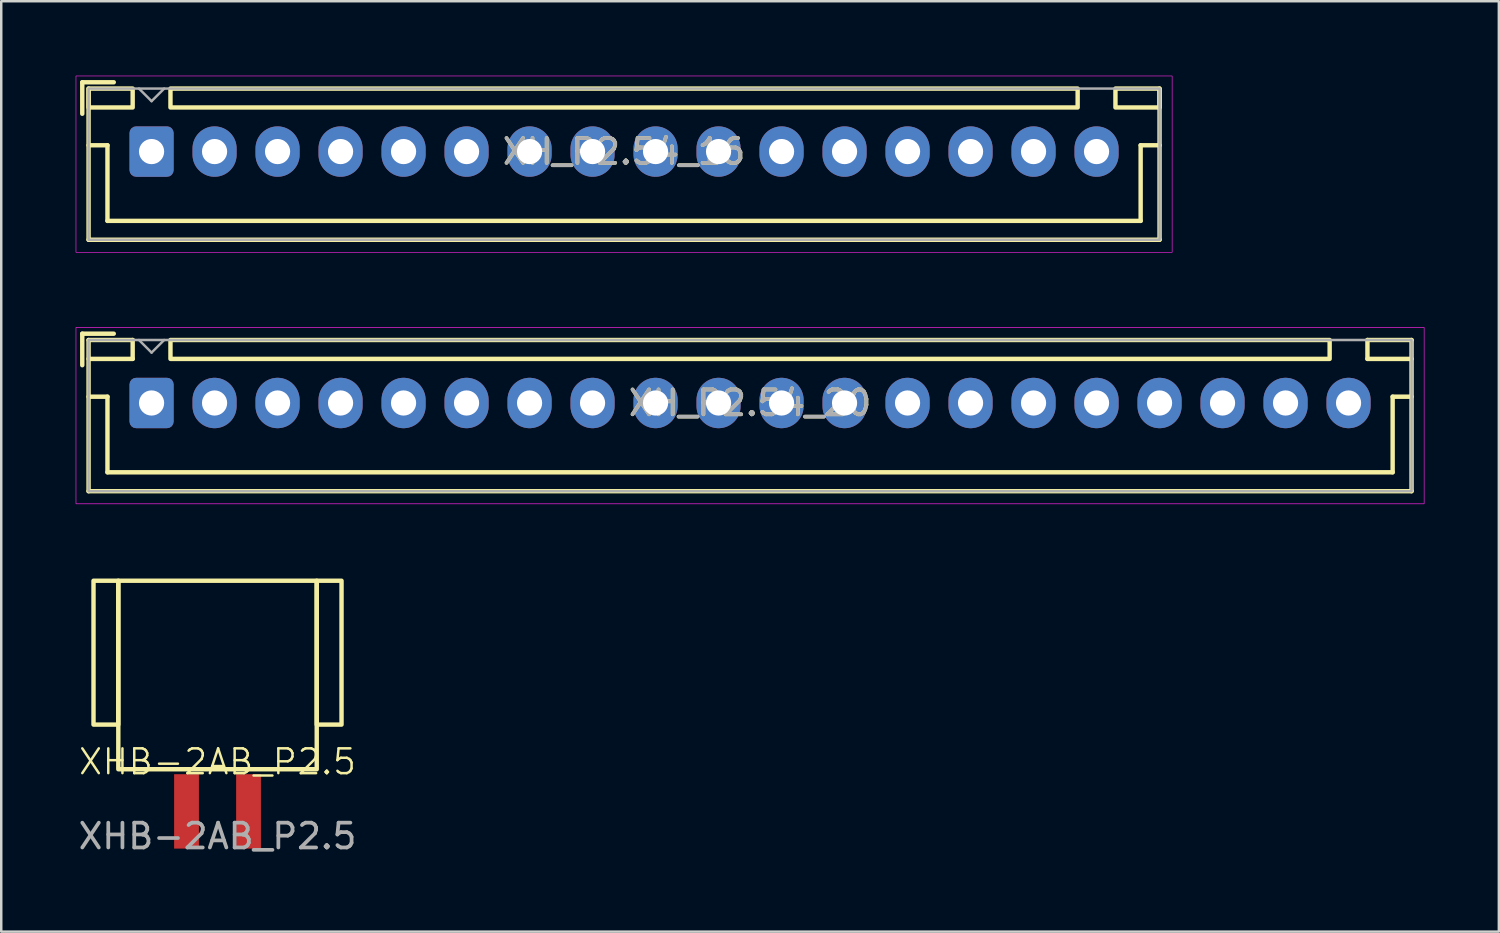
<source format=kicad_pcb>
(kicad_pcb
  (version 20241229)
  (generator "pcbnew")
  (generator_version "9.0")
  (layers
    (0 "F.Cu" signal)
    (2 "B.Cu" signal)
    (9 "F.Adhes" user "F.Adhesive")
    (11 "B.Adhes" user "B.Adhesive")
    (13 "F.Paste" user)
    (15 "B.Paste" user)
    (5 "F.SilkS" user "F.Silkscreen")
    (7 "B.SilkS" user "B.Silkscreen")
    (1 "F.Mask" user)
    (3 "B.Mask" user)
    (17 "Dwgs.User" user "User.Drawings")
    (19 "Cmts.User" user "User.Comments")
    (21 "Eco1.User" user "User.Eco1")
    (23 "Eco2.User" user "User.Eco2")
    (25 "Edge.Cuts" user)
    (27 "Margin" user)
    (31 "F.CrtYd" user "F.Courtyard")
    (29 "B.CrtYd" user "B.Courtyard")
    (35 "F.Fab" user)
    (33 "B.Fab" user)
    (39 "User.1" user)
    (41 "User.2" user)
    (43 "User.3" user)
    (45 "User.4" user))
  (footprint "XHB-2AB_P2.5"
    (layer "F.Cu")
    (at 5.72 28.164)
    (property "Reference" "XHB-2AB_P2.5" (at 0 -0.5 0) (unlocked yes) (layer "F.SilkS") (effects (font (size 1 1) (thickness 0.1))))
    (attr smd)
    (fp_rect (start -5 -7.8) (end -4 -2) (stroke (width 0.178) (type default)) (fill no) (layer "F.SilkS"))
    (fp_rect (start -4 -7.8) (end 4 -0.2) (stroke (width 0.178) (type default)) (fill no) (layer "F.SilkS"))
    (fp_rect (start 4 -7.8) (end 5 -2) (stroke (width 0.178) (type default)) (fill no) (layer "F.SilkS"))
    (fp_text user "${REFERENCE}" (at 0 2.5 0) (unlocked yes) (layer "F.Fab") (effects (font (size 1 1) (thickness 0.15))))
    (pad "1" smd rect (at -1.25 1.5) (size 1 3) (layers "F.Cu" "F.Mask" "F.Paste"))
    (pad "2" smd rect (at 1.25 1.5) (size 1 3) (layers "F.Cu" "F.Mask" "F.Paste")))
  (footprint "XH_P2.54_20"
    (layer "F.Cu")
    (at 27.191 13.198)
    (property "Reference" "XH_P2.54_20" (at 0 0 0) (layer "F.SilkS") (effects (font (size 1 1) (thickness 0.15))))
    (attr through_hole)
    (fp_line (start -26.924 -2.794) (end -25.654 -2.794) (stroke (width 0.178) (type solid)) (layer "F.SilkS"))
    (fp_line (start -26.924 -1.524) (end -26.924 -2.794) (stroke (width 0.178) (type solid)) (layer "F.SilkS"))
    (fp_line (start -26.67 -2.54) (end -26.67 3.556) (stroke (width 0.178) (type solid)) (layer "F.SilkS"))
    (fp_line (start -26.67 -2.54) (end -24.892 -2.54) (stroke (width 0.178) (type solid)) (layer "F.SilkS"))
    (fp_line (start -26.67 -1.778) (end -24.892 -1.778) (stroke (width 0.178) (type solid)) (layer "F.SilkS"))
    (fp_line (start -26.67 -0.254) (end -25.908 -0.254) (stroke (width 0.178) (type solid)) (layer "F.SilkS"))
    (fp_line (start -26.67 3.556) (end 26.67 3.556) (stroke (width 0.178) (type solid)) (layer "F.SilkS"))
    (fp_line (start -25.908 -0.254) (end -25.908 2.794) (stroke (width 0.178) (type solid)) (layer "F.SilkS"))
    (fp_line (start -25.908 2.794) (end 25.908 2.794) (stroke (width 0.178) (type solid)) (layer "F.SilkS"))
    (fp_line (start -24.892 -1.778) (end -24.892 -2.54) (stroke (width 0.178) (type solid)) (layer "F.SilkS"))
    (fp_line (start 24.892 -2.54) (end 26.67 -2.54) (stroke (width 0.178) (type solid)) (layer "F.SilkS"))
    (fp_line (start 24.892 -1.778) (end 24.892 -2.54) (stroke (width 0.178) (type solid)) (layer "F.SilkS"))
    (fp_line (start 24.892 -1.778) (end 26.67 -1.778) (stroke (width 0.178) (type solid)) (layer "F.SilkS"))
    (fp_line (start 25.908 -0.254) (end 25.908 2.794) (stroke (width 0.178) (type solid)) (layer "F.SilkS"))
    (fp_line (start 25.908 -0.254) (end 26.67 -0.254) (stroke (width 0.178) (type solid)) (layer "F.SilkS"))
    (fp_line (start 26.67 -2.54) (end 26.67 3.556) (stroke (width 0.178) (type solid)) (layer "F.SilkS"))
    (fp_rect (start -23.368 -2.54) (end 23.368 -1.778) (stroke (width 0.178) (type solid)) (fill no) (layer "F.SilkS"))
    (fp_rect (start -27.178 -3.048) (end 27.178 4.064) (stroke (width 0.025) (type solid)) (fill no) (layer "F.CrtYd"))
    (fp_line (start -24.638 -2.54) (end -24.13 -2.032) (stroke (width 0.1) (type solid)) (layer "F.Fab"))
    (fp_line (start -23.622 -2.54) (end -24.13 -2.032) (stroke (width 0.1) (type solid)) (layer "F.Fab"))
    (fp_rect (start -26.67 -2.54) (end 26.67 3.556) (stroke (width 0.1) (type solid)) (fill no) (layer "F.Fab"))
    (fp_text user "${REFERENCE}" (at 0 0 0) (layer "F.Fab") (effects (font (size 1 1) (thickness 0.15))))
    (pad "1" thru_hole roundrect (at -24.13 0) (size 1.778 2.032) (drill 1.016) (layers "*.Cu" "*.Mask") (roundrect_rratio 0.15))
    (pad "2" thru_hole oval (at -21.59 0) (size 1.778 2.032) (drill 1.016) (layers "*.Cu" "*.Mask"))
    (pad "3" thru_hole oval (at -19.05 0) (size 1.778 2.032) (drill 1.016) (layers "*.Cu" "*.Mask"))
    (pad "4" thru_hole oval (at -16.51 0) (size 1.778 2.032) (drill 1.016) (layers "*.Cu" "*.Mask"))
    (pad "5" thru_hole oval (at -13.97 0) (size 1.778 2.032) (drill 1.016) (layers "*.Cu" "*.Mask"))
    (pad "6" thru_hole oval (at -11.43 0) (size 1.778 2.032) (drill 1.016) (layers "*.Cu" "*.Mask"))
    (pad "7" thru_hole oval (at -8.89 0) (size 1.778 2.032) (drill 1.016) (layers "*.Cu" "*.Mask"))
    (pad "8" thru_hole oval (at -6.35 0) (size 1.778 2.032) (drill 1.016) (layers "*.Cu" "*.Mask"))
    (pad "9" thru_hole oval (at -3.81 0) (size 1.778 2.032) (drill 1.016) (layers "*.Cu" "*.Mask"))
    (pad "10" thru_hole oval (at -1.27 0) (size 1.778 2.032) (drill 1.016) (layers "*.Cu" "*.Mask"))
    (pad "11" thru_hole oval (at 1.27 0) (size 1.778 2.032) (drill 1.016) (layers "*.Cu" "*.Mask"))
    (pad "12" thru_hole oval (at 3.81 0) (size 1.778 2.032) (drill 1.016) (layers "*.Cu" "*.Mask"))
    (pad "13" thru_hole oval (at 6.35 0) (size 1.778 2.032) (drill 1.016) (layers "*.Cu" "*.Mask"))
    (pad "14" thru_hole oval (at 8.89 0) (size 1.778 2.032) (drill 1.016) (layers "*.Cu" "*.Mask"))
    (pad "15" thru_hole oval (at 11.43 0) (size 1.778 2.032) (drill 1.016) (layers "*.Cu" "*.Mask"))
    (pad "16" thru_hole oval (at 13.97 0) (size 1.778 2.032) (drill 1.016) (layers "*.Cu" "*.Mask"))
    (pad "17" thru_hole oval (at 16.51 0) (size 1.778 2.032) (drill 1.016) (layers "*.Cu" "*.Mask"))
    (pad "18" thru_hole oval (at 19.05 0) (size 1.778 2.032) (drill 1.016) (layers "*.Cu" "*.Mask"))
    (pad "19" thru_hole oval (at 21.59 0) (size 1.778 2.032) (drill 1.016) (layers "*.Cu" "*.Mask"))
    (pad "20" thru_hole oval (at 24.13 0) (size 1.778 2.032) (drill 1.016) (layers "*.Cu" "*.Mask")))
  (footprint "XH_P2.54_16"
    (layer "F.Cu")
    (at 22.111 3.061)
    (property "Reference" "XH_P2.54_16" (at 0 0 0) (layer "F.SilkS") (effects (font (size 1 1) (thickness 0.15))))
    (attr through_hole)
    (fp_line (start -21.844 -2.794) (end -20.574 -2.794) (stroke (width 0.178) (type solid)) (layer "F.SilkS"))
    (fp_line (start -21.844 -1.524) (end -21.844 -2.794) (stroke (width 0.178) (type solid)) (layer "F.SilkS"))
    (fp_line (start -21.59 -2.54) (end -21.59 3.556) (stroke (width 0.178) (type solid)) (layer "F.SilkS"))
    (fp_line (start -21.59 -0.254) (end -20.828 -0.254) (stroke (width 0.178) (type solid)) (layer "F.SilkS"))
    (fp_line (start -21.59 3.556) (end 21.59 3.556) (stroke (width 0.178) (type solid)) (layer "F.SilkS"))
    (fp_line (start -20.828 -0.254) (end -20.828 2.794) (stroke (width 0.178) (type solid)) (layer "F.SilkS"))
    (fp_line (start -20.828 2.794) (end 20.828 2.794) (stroke (width 0.178) (type solid)) (layer "F.SilkS"))
    (fp_line (start 20.828 -0.254) (end 20.828 2.794) (stroke (width 0.178) (type solid)) (layer "F.SilkS"))
    (fp_line (start 20.828 -0.254) (end 21.59 -0.254) (stroke (width 0.178) (type solid)) (layer "F.SilkS"))
    (fp_line (start 21.59 -2.54) (end 21.59 3.556) (stroke (width 0.178) (type solid)) (layer "F.SilkS"))
    (fp_rect (start -19.812 -1.778) (end -21.59 -2.54) (stroke (width 0.178) (type solid)) (fill no) (layer "F.SilkS"))
    (fp_rect (start -18.288 -2.54) (end 18.288 -1.778) (stroke (width 0.178) (type solid)) (fill no) (layer "F.SilkS"))
    (fp_rect (start 19.812 -2.54) (end 21.59 -1.778) (stroke (width 0.178) (type solid)) (fill no) (layer "F.SilkS"))
    (fp_rect (start -22.098 -3.048) (end 22.098 4.064) (stroke (width 0.025) (type solid)) (fill no) (layer "F.CrtYd"))
    (fp_line (start -19.558 -2.54) (end -19.05 -2.032) (stroke (width 0.1) (type solid)) (layer "F.Fab"))
    (fp_line (start -18.542 -2.54) (end -19.05 -2.032) (stroke (width 0.1) (type solid)) (layer "F.Fab"))
    (fp_rect (start -21.59 -2.54) (end 21.59 3.556) (stroke (width 0.1) (type solid)) (fill no) (layer "F.Fab"))
    (fp_text user "${REFERENCE}" (at 0 0 0) (layer "F.Fab") (effects (font (size 1 1) (thickness 0.15))))
    (pad "1" thru_hole roundrect (at -19.05 0) (size 1.778 2.032) (drill 1.016) (layers "*.Cu" "*.Mask") (roundrect_rratio 0.15))
    (pad "2" thru_hole oval (at -16.51 0) (size 1.778 2.032) (drill 1.016) (layers "*.Cu" "*.Mask"))
    (pad "3" thru_hole oval (at -13.97 0) (size 1.778 2.032) (drill 1.016) (layers "*.Cu" "*.Mask"))
    (pad "4" thru_hole oval (at -11.43 0) (size 1.778 2.032) (drill 1.016) (layers "*.Cu" "*.Mask"))
    (pad "5" thru_hole oval (at -8.89 0) (size 1.778 2.032) (drill 1.016) (layers "*.Cu" "*.Mask"))
    (pad "6" thru_hole oval (at -6.35 0) (size 1.778 2.032) (drill 1.016) (layers "*.Cu" "*.Mask"))
    (pad "7" thru_hole oval (at -3.81 0) (size 1.778 2.032) (drill 1.016) (layers "*.Cu" "*.Mask"))
    (pad "8" thru_hole oval (at -1.27 0) (size 1.778 2.032) (drill 1.016) (layers "*.Cu" "*.Mask"))
    (pad "9" thru_hole oval (at 1.27 0) (size 1.778 2.032) (drill 1.016) (layers "*.Cu" "*.Mask"))
    (pad "10" thru_hole oval (at 3.81 0) (size 1.778 2.032) (drill 1.016) (layers "*.Cu" "*.Mask"))
    (pad "11" thru_hole oval (at 6.35 0) (size 1.778 2.032) (drill 1.016) (layers "*.Cu" "*.Mask"))
    (pad "12" thru_hole oval (at 8.89 0) (size 1.778 2.032) (drill 1.016) (layers "*.Cu" "*.Mask"))
    (pad "13" thru_hole oval (at 11.43 0) (size 1.778 2.032) (drill 1.016) (layers "*.Cu" "*.Mask"))
    (pad "14" thru_hole oval (at 13.97 0) (size 1.778 2.032) (drill 1.016) (layers "*.Cu" "*.Mask"))
    (pad "15" thru_hole oval (at 16.51 0) (size 1.778 2.032) (drill 1.016) (layers "*.Cu" "*.Mask"))
    (pad "16" thru_hole oval (at 19.05 0) (size 1.778 2.032) (drill 1.016) (layers "*.Cu" "*.Mask")))
  (gr_rect
    (start -3 -3)
    (end 57.381 34.512)
    (stroke (width 0.1) (type default))
    (fill no)
    (layer "Edge.Cuts")))
</source>
